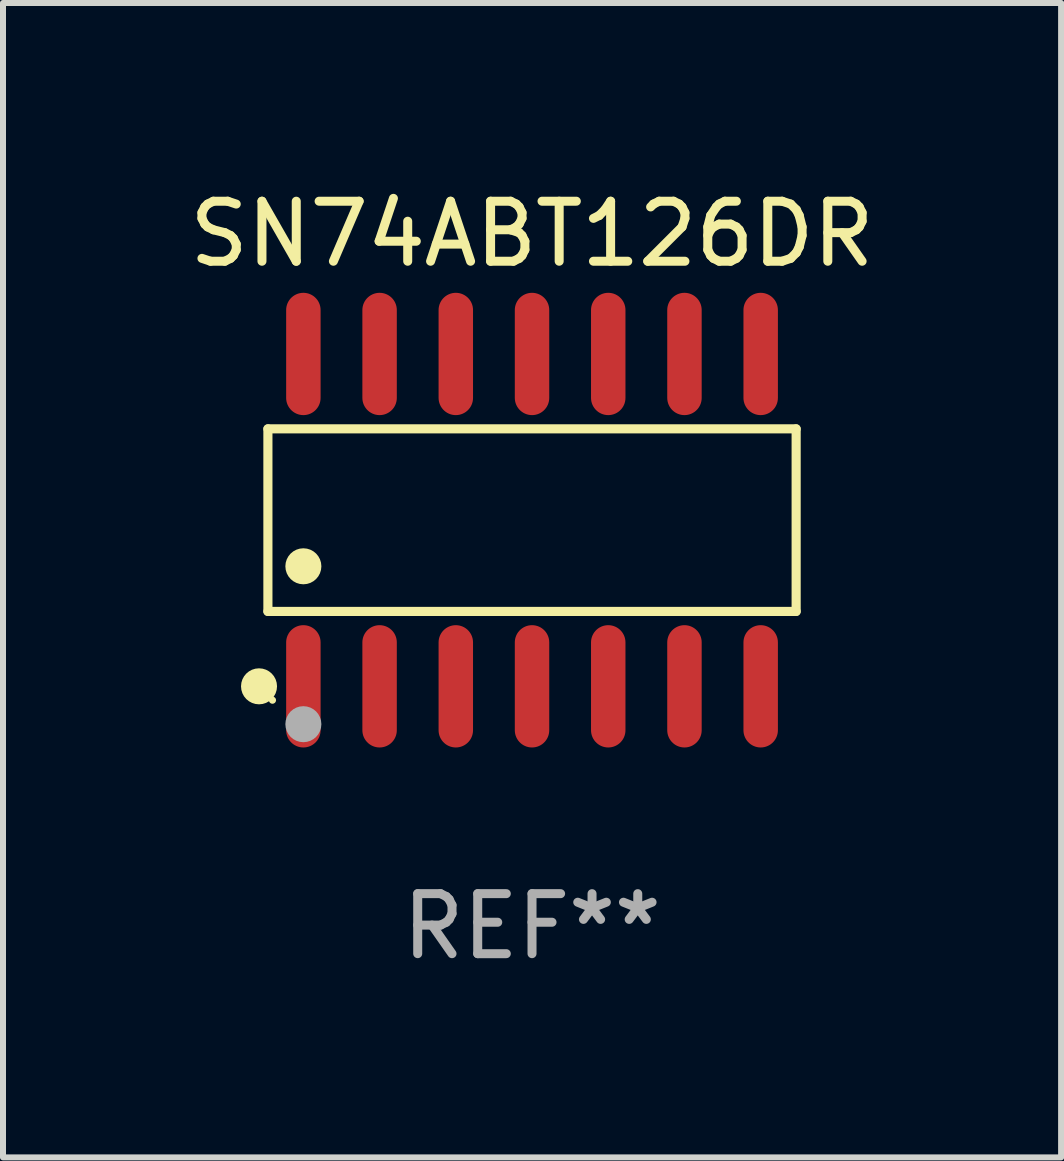
<source format=kicad_pcb>
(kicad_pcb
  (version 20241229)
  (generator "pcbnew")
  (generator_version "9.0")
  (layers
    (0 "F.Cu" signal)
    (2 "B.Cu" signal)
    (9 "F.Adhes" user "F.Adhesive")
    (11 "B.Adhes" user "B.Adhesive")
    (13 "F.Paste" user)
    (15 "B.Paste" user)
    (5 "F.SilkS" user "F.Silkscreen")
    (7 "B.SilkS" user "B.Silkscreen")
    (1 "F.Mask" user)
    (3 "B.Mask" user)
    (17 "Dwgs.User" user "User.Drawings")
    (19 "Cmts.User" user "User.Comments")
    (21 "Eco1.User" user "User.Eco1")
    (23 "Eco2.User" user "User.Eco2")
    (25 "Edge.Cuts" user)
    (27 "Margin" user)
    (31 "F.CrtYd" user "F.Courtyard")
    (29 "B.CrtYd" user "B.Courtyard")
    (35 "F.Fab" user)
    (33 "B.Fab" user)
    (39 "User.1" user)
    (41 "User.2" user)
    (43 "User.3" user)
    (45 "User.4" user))
  (footprint "SN74ABT126DR"
    (layer "F.Cu")
    (at 5.815 5.617)
    (property "Reference" "SN74ABT126DR" (at 0 -4.769 0) (layer "F.SilkS") (effects (font (size 1 1) (thickness 0.15))))
    (attr through_hole)
    (fp_line (start -4.401 -1.521) (end 4.401 -1.521) (stroke (width 0.152) (type solid)) (layer "F.SilkS"))
    (fp_line (start -4.401 1.521) (end -4.401 -1.521) (stroke (width 0.152) (type solid)) (layer "F.SilkS"))
    (fp_line (start 4.401 -1.521) (end 4.401 1.521) (stroke (width 0.152) (type solid)) (layer "F.SilkS"))
    (fp_line (start 4.401 1.521) (end -4.401 1.521) (stroke (width 0.152) (type solid)) (layer "F.SilkS"))
    (fp_circle (center -4.549 2.769) (end -4.399 2.769) (stroke (width 0.3) (type solid)) (fill no) (layer "F.SilkS"))
    (fp_circle (center -4.325 3) (end -4.295 3) (stroke (width 0.06) (type solid)) (fill no) (layer "F.SilkS"))
    (fp_circle (center -3.81 0.769) (end -3.66 0.769) (stroke (width 0.3) (type solid)) (fill no) (layer "F.SilkS"))
    (fp_circle (center -3.81 3.4) (end -3.66 3.4) (stroke (width 0.3) (type solid)) (fill no) (layer "F.Fab"))
    (fp_text user "REF**" (at 0 6.769 0) (layer "F.Fab") (effects (font (size 1 1) (thickness 0.15))))
    (pad "1" smd oval (at -3.81 2.769) (size 0.574 2.038) (layers "F.Cu" "F.Mask" "F.Paste"))
    (pad "2" smd oval (at -2.54 2.769) (size 0.574 2.038) (layers "F.Cu" "F.Mask" "F.Paste"))
    (pad "3" smd oval (at -1.27 2.769) (size 0.574 2.038) (layers "F.Cu" "F.Mask" "F.Paste"))
    (pad "4" smd oval (at 0 2.769) (size 0.574 2.038) (layers "F.Cu" "F.Mask" "F.Paste"))
    (pad "5" smd oval (at 1.27 2.769) (size 0.574 2.038) (layers "F.Cu" "F.Mask" "F.Paste"))
    (pad "6" smd oval (at 2.54 2.769) (size 0.574 2.038) (layers "F.Cu" "F.Mask" "F.Paste"))
    (pad "7" smd oval (at 3.81 2.769) (size 0.574 2.038) (layers "F.Cu" "F.Mask" "F.Paste"))
    (pad "8" smd oval (at 3.81 -2.769) (size 0.574 2.038) (layers "F.Cu" "F.Mask" "F.Paste"))
    (pad "9" smd oval (at 2.54 -2.769) (size 0.574 2.038) (layers "F.Cu" "F.Mask" "F.Paste"))
    (pad "10" smd oval (at 1.27 -2.769) (size 0.574 2.038) (layers "F.Cu" "F.Mask" "F.Paste"))
    (pad "11" smd oval (at 0 -2.769) (size 0.574 2.038) (layers "F.Cu" "F.Mask" "F.Paste"))
    (pad "12" smd oval (at -1.27 -2.769) (size 0.574 2.038) (layers "F.Cu" "F.Mask" "F.Paste"))
    (pad "13" smd oval (at -2.54 -2.769) (size 0.574 2.038) (layers "F.Cu" "F.Mask" "F.Paste"))
    (pad "14" smd oval (at -3.81 -2.769) (size 0.574 2.038) (layers "F.Cu" "F.Mask" "F.Paste")))
  (gr_rect
    (start -3 -3)
    (end 14.631 16.235)
    (stroke (width 0.1) (type default))
    (fill no)
    (layer "Edge.Cuts")))
</source>
